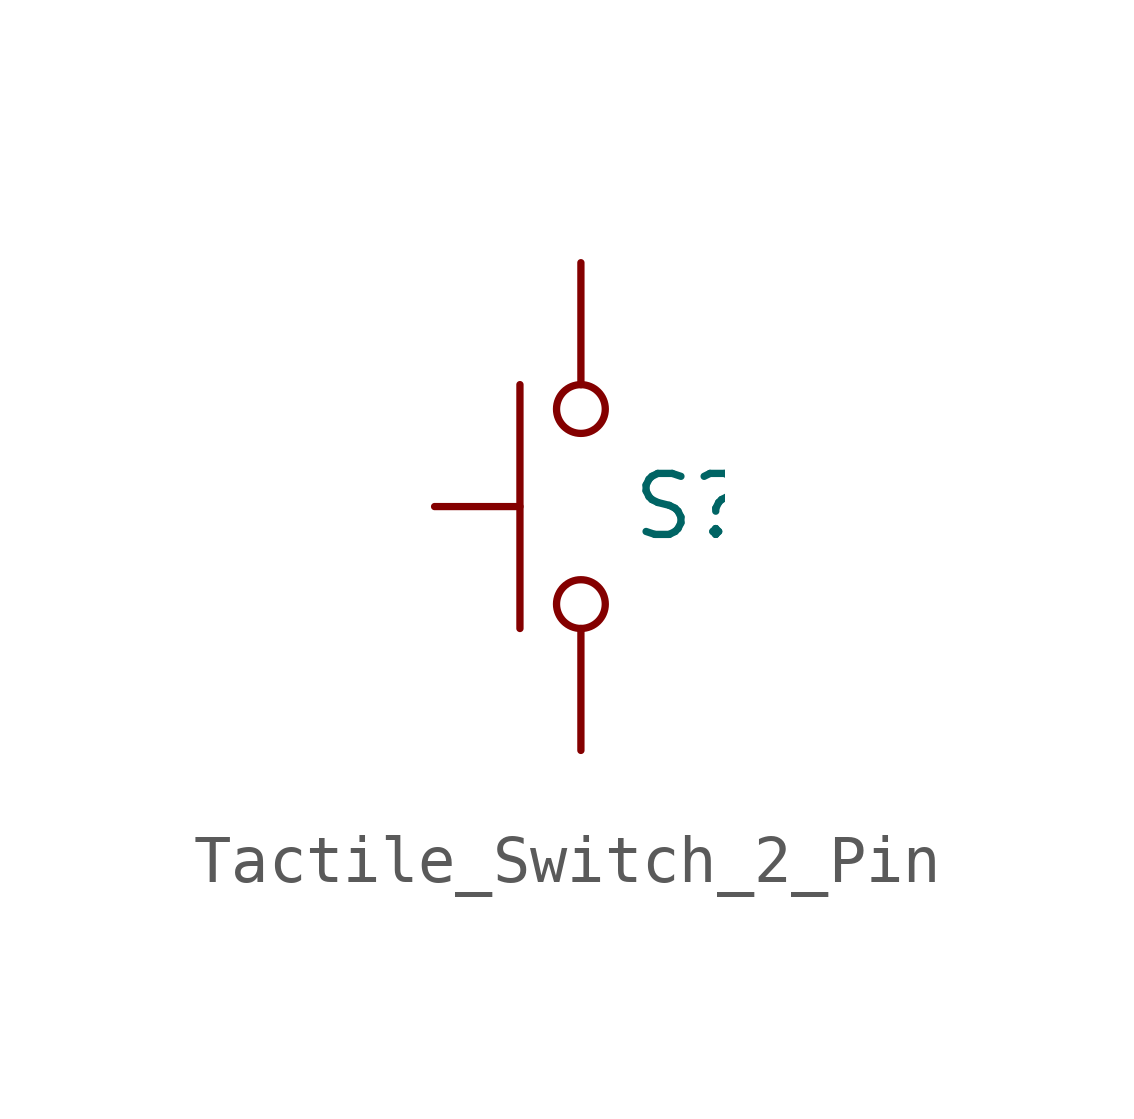
<source format=kicad_sym>
(kicad_symbol_lib
  (version 20231120)
  (generator "kicad_symbol_editor")
  (generator_version "8.0")
  (symbol "Tactile_Switch_2_Pin"
    (pin_numbers hide)
    (pin_names
      (offset 1.016) hide)
    (property "Reference" "S"
      (at 1.016 0 0)
      (effects (font (size 1.27 1.27)) (justify left)))
    (symbol "Tactile_Switch_2_Pin_0_1"
      (circle (center 0 -2.032) (radius 0.508) (stroke (width 0) (type default)) (fill (type none)))
      (polyline (pts (xy -1.27 0) (xy -3.048 0)) (stroke (width 0) (type default)) (fill (type none)))
      (polyline (pts (xy -1.27 2.54) (xy -1.27 -2.54)) (stroke (width 0) (type default)) (fill (type none)))
      (circle (center 0 2.032) (radius 0.508) (stroke (width 0) (type default)) (fill (type none))))
    (symbol "Tactile_Switch_2_Pin_1_1"
      (pin passive line (at 0 5.08 270) (length 2.54) (name "1" (effects (font (size 1.27 1.27)))) (number "1" (effects (font (size 1.27 1.27)))))
      (pin passive line (at 0 -5.08 90) (length 2.54) (name "2" (effects (font (size 1.27 1.27)))) (number "2" (effects (font (size 1.27 1.27))))))))
</source>
